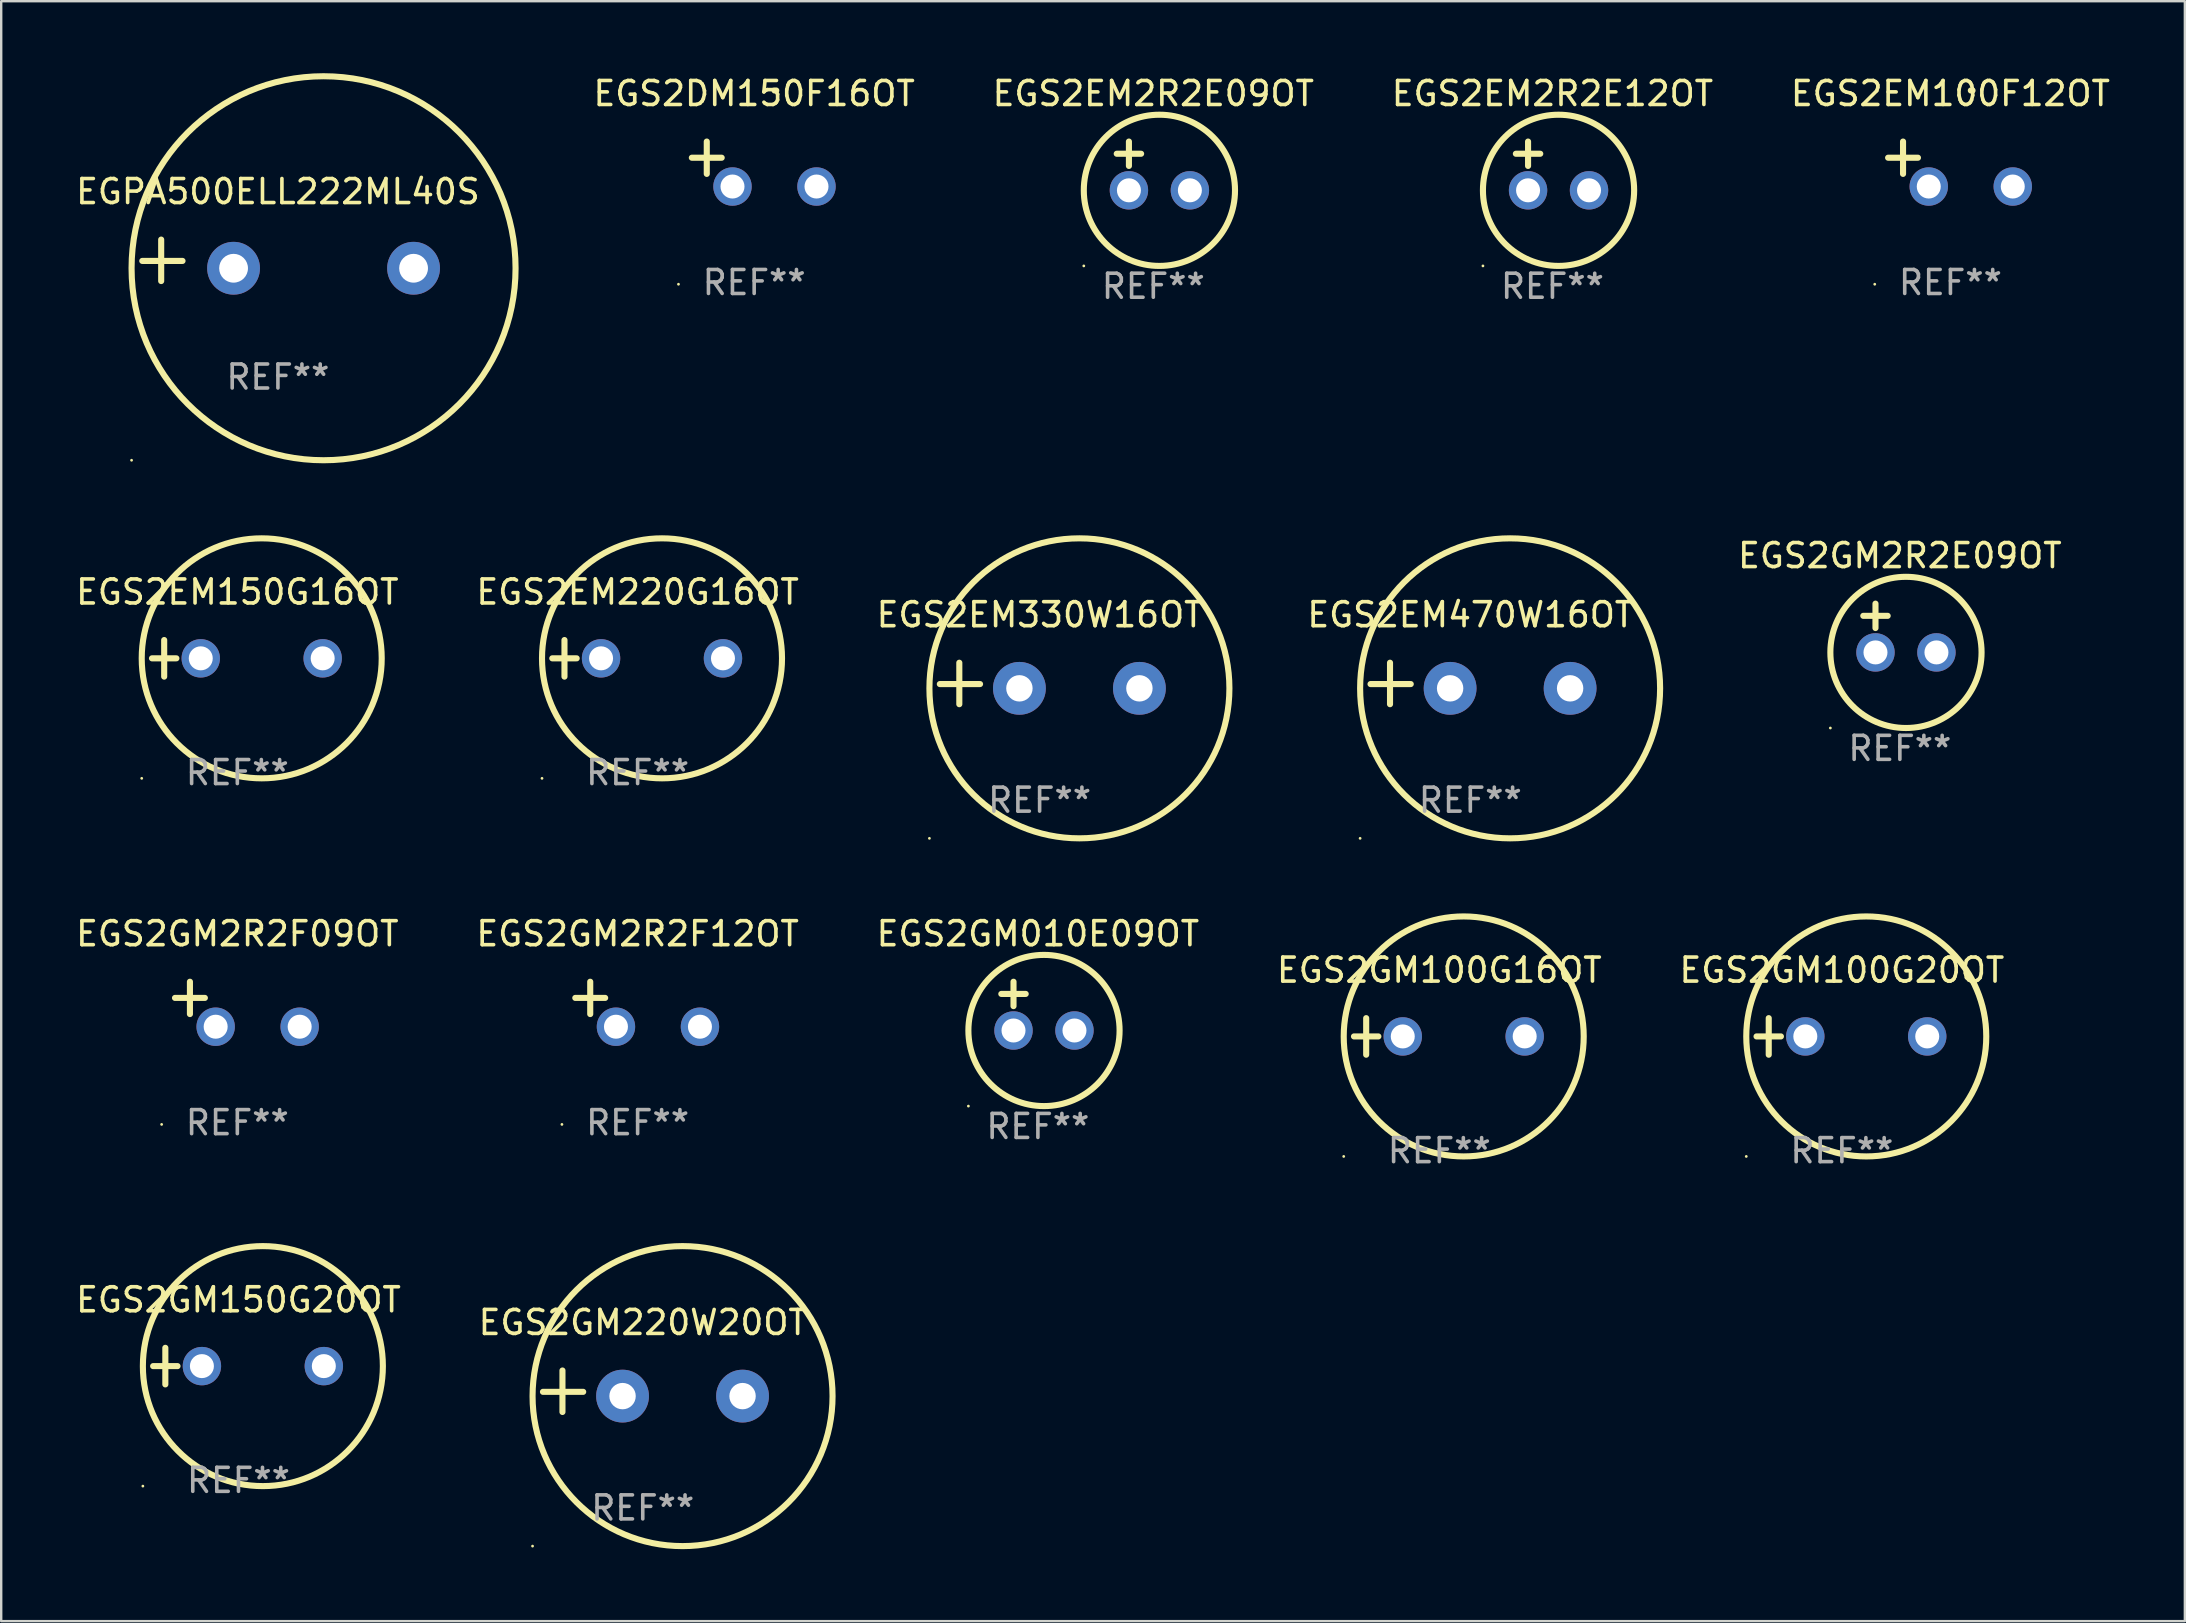
<source format=kicad_pcb>
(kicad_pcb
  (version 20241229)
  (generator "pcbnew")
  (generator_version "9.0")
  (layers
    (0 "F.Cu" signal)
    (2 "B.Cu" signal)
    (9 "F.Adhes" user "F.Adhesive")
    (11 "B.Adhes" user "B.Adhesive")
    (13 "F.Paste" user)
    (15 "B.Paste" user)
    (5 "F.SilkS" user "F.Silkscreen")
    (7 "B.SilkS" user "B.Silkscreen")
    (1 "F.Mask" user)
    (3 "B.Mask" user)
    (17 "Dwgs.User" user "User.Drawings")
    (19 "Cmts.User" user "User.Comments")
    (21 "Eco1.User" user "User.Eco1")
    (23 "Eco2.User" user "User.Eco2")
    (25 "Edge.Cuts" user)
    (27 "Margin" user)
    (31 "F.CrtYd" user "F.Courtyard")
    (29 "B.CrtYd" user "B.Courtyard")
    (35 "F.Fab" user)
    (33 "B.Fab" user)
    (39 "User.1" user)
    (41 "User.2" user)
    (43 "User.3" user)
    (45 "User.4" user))
  (footprint "EGS2GM2R2F09OT"
    (layer "F.Cu")
    (at 6.839 38.793)
    (property "Reference" "EGS2GM2R2F09OT" (at 0 -2.937 0) (layer "F.SilkS") (effects (font (size 1 1) (thickness 0.15))))
    (attr through_hole)
    (fp_line (start -1.975 0.41) (end -1.975 -0.937) (stroke (width 0.254) (type solid)) (layer "F.SilkS"))
    (fp_line (start -1.353 -0.263) (end -2.597 -0.263) (stroke (width 0.254) (type solid)) (layer "F.SilkS"))
    (fp_arc (start 0.849809 -3.063957) (mid 0.885369 -3.064114) (end 0.920929 -3.063957) (stroke (width 0.254001) (type solid)) (layer "F.SilkS"))
    (fp_circle (center -3.154 5.008) (end -3.124 5.008) (stroke (width 0.06) (type solid)) (fill no) (layer "F.SilkS"))
    (fp_text user "REF**" (at 0 4.937 0) (layer "F.Fab") (effects (font (size 1 1) (thickness 0.15))))
    (pad "1" thru_hole circle (at -0.903 0.937) (size 1.6 1.6) (drill 1) (layers "*.Cu" "*.Mask"))
    (pad "2" thru_hole circle (at 2.597 0.937) (size 1.6 1.6) (drill 1) (layers "*.Cu" "*.Mask")))
  (footprint "EGS2GM010E09OT"
    (layer "F.Cu")
    (at 40.196 38.872)
    (property "Reference" "EGS2GM010E09OT" (at 0 -3.016 0) (layer "F.SilkS") (effects (font (size 1 1) (thickness 0.15))))
    (attr through_hole)
    (fp_line (start -1.524 -0.508) (end -0.508 -0.508) (stroke (width 0.254) (type solid)) (layer "F.SilkS"))
    (fp_line (start -1.016 -1.016) (end -1.016 0) (stroke (width 0.254) (type solid)) (layer "F.SilkS"))
    (fp_circle (center -2.896 4.166) (end -2.866 4.166) (stroke (width 0.06) (type solid)) (fill no) (layer "F.SilkS"))
    (fp_circle (center 0.254 1.016) (end 3.404 1.016) (stroke (width 0.254) (type solid)) (fill no) (layer "F.SilkS"))
    (fp_text user "REF**" (at 0 5.016 0) (layer "F.Fab") (effects (font (size 1 1) (thickness 0.15))))
    (pad "1" thru_hole circle (at -1.016 1.016) (size 1.6 1.6) (drill 1) (layers "*.Cu" "*.Mask"))
    (pad "2" thru_hole circle (at 1.524 1.016) (size 1.6 1.6) (drill 1) (layers "*.Cu" "*.Mask")))
  (footprint "EGS2GM2R2E09OT"
    (layer "F.Cu")
    (at 76.112 23.118)
    (property "Reference" "EGS2GM2R2E09OT" (at 0 -3.016 0) (layer "F.SilkS") (effects (font (size 1 1) (thickness 0.15))))
    (attr through_hole)
    (fp_line (start -1.524 -0.508) (end -0.508 -0.508) (stroke (width 0.254) (type solid)) (layer "F.SilkS"))
    (fp_line (start -1.016 -1.016) (end -1.016 0) (stroke (width 0.254) (type solid)) (layer "F.SilkS"))
    (fp_circle (center -2.896 4.166) (end -2.866 4.166) (stroke (width 0.06) (type solid)) (fill no) (layer "F.SilkS"))
    (fp_circle (center 0.254 1.016) (end 3.404 1.016) (stroke (width 0.254) (type solid)) (fill no) (layer "F.SilkS"))
    (fp_text user "REF**" (at 0 5.016 0) (layer "F.Fab") (effects (font (size 1 1) (thickness 0.15))))
    (pad "1" thru_hole circle (at -1.016 1.016) (size 1.6 1.6) (drill 1) (layers "*.Cu" "*.Mask"))
    (pad "2" thru_hole circle (at 1.524 1.016) (size 1.6 1.6) (drill 1) (layers "*.Cu" "*.Mask")))
  (footprint "EGS2EM220G16OT"
    (layer "F.Cu")
    (at 23.518 24.381)
    (property "Reference" "EGS2EM220G16OT" (at 0 -2.762 0) (layer "F.SilkS") (effects (font (size 1 1) (thickness 0.15))))
    (attr through_hole)
    (fp_line (start -3.556 0) (end -2.54 0) (stroke (width 0.254) (type solid)) (layer "F.SilkS"))
    (fp_line (start -3.048 -0.762) (end -3.048 0.762) (stroke (width 0.254) (type solid)) (layer "F.SilkS"))
    (fp_circle (center -3.984 5) (end -3.954 5) (stroke (width 0.06) (type solid)) (fill no) (layer "F.SilkS"))
    (fp_circle (center 1.016 0) (end 6.016 0) (stroke (width 0.254) (type solid)) (fill no) (layer "F.SilkS"))
    (fp_text user "REF**" (at 0 4.762 0) (layer "F.Fab") (effects (font (size 1 1) (thickness 0.15))))
    (pad "1" thru_hole circle (at -1.524 0) (size 1.6 1.6) (drill 1) (layers "*.Cu" "*.Mask"))
    (pad "2" thru_hole circle (at 3.556 0) (size 1.6 1.6) (drill 1) (layers "*.Cu" "*.Mask")))
  (footprint "EGPA500ELL222ML40S"
    (layer "F.Cu")
    (at 8.53 7.797)
    (property "Reference" "EGPA500ELL222ML40S" (at 0 -2.864 0) (layer "F.SilkS") (effects (font (size 1 1) (thickness 0.15))))
    (attr through_hole)
    (fp_line (start -4.864 0.864) (end -4.864 -0.864) (stroke (width 0.254) (type solid)) (layer "F.SilkS"))
    (fp_line (start -3.975 0.025) (end -5.652 0.025) (stroke (width 0.254) (type solid)) (layer "F.SilkS"))
    (fp_circle (center -6.098 8.33) (end -6.068 8.33) (stroke (width 0.06) (type solid)) (fill no) (layer "F.SilkS"))
    (fp_circle (center 1.902 0.33) (end 9.902 0.33) (stroke (width 0.254) (type solid)) (fill no) (layer "F.SilkS"))
    (fp_text user "REF**" (at 0 4.864 0) (layer "F.Fab") (effects (font (size 1 1) (thickness 0.15))))
    (pad "1" thru_hole circle (at -1.848 0.33) (size 2.2 2.2) (drill 1.2) (layers "*.Cu" "*.Mask"))
    (pad "2" thru_hole circle (at 5.652 0.33) (size 2.2 2.2) (drill 1.2) (layers "*.Cu" "*.Mask")))
  (footprint "EGS2GM150G20OT"
    (layer "F.Cu")
    (at 6.887 53.872)
    (property "Reference" "EGS2GM150G20OT" (at 0 -2.762 0) (layer "F.SilkS") (effects (font (size 1 1) (thickness 0.15))))
    (attr through_hole)
    (fp_line (start -3.556 0) (end -2.54 0) (stroke (width 0.254) (type solid)) (layer "F.SilkS"))
    (fp_line (start -3.048 -0.762) (end -3.048 0.762) (stroke (width 0.254) (type solid)) (layer "F.SilkS"))
    (fp_circle (center -3.984 5) (end -3.954 5) (stroke (width 0.06) (type solid)) (fill no) (layer "F.SilkS"))
    (fp_circle (center 1.016 0) (end 6.016 0) (stroke (width 0.254) (type solid)) (fill no) (layer "F.SilkS"))
    (fp_text user "REF**" (at 0 4.762 0) (layer "F.Fab") (effects (font (size 1 1) (thickness 0.15))))
    (pad "1" thru_hole circle (at -1.524 0) (size 1.6 1.6) (drill 1) (layers "*.Cu" "*.Mask"))
    (pad "2" thru_hole circle (at 3.556 0) (size 1.6 1.6) (drill 1) (layers "*.Cu" "*.Mask")))
  (footprint "EGS2GM2R2F12OT"
    (layer "F.Cu")
    (at 23.518 38.793)
    (property "Reference" "EGS2GM2R2F12OT" (at 0 -2.937 0) (layer "F.SilkS") (effects (font (size 1 1) (thickness 0.15))))
    (attr through_hole)
    (fp_line (start -1.975 0.41) (end -1.975 -0.937) (stroke (width 0.254) (type solid)) (layer "F.SilkS"))
    (fp_line (start -1.353 -0.263) (end -2.597 -0.263) (stroke (width 0.254) (type solid)) (layer "F.SilkS"))
    (fp_arc (start 0.849809 -3.063957) (mid 0.885369 -3.064114) (end 0.920929 -3.063957) (stroke (width 0.254001) (type solid)) (layer "F.SilkS"))
    (fp_circle (center -3.154 5.008) (end -3.124 5.008) (stroke (width 0.06) (type solid)) (fill no) (layer "F.SilkS"))
    (fp_text user "REF**" (at 0 4.937 0) (layer "F.Fab") (effects (font (size 1 1) (thickness 0.15))))
    (pad "1" thru_hole circle (at -0.903 0.937) (size 1.6 1.6) (drill 1) (layers "*.Cu" "*.Mask"))
    (pad "2" thru_hole circle (at 2.597 0.937) (size 1.6 1.6) (drill 1) (layers "*.Cu" "*.Mask")))
  (footprint "EGS2DM150F16OT"
    (layer "F.Cu")
    (at 28.374 3.785)
    (property "Reference" "EGS2DM150F16OT" (at 0 -2.937 0) (layer "F.SilkS") (effects (font (size 1 1) (thickness 0.15))))
    (attr through_hole)
    (fp_line (start -1.975 0.41) (end -1.975 -0.937) (stroke (width 0.254) (type solid)) (layer "F.SilkS"))
    (fp_line (start -1.353 -0.263) (end -2.597 -0.263) (stroke (width 0.254) (type solid)) (layer "F.SilkS"))
    (fp_arc (start 0.849809 -3.063957) (mid 0.885369 -3.064114) (end 0.920929 -3.063957) (stroke (width 0.254001) (type solid)) (layer "F.SilkS"))
    (fp_circle (center -3.154 5.008) (end -3.124 5.008) (stroke (width 0.06) (type solid)) (fill no) (layer "F.SilkS"))
    (fp_text user "REF**" (at 0 4.937 0) (layer "F.Fab") (effects (font (size 1 1) (thickness 0.15))))
    (pad "1" thru_hole circle (at -0.903 0.937) (size 1.6 1.6) (drill 1) (layers "*.Cu" "*.Mask"))
    (pad "2" thru_hole circle (at 2.597 0.937) (size 1.6 1.6) (drill 1) (layers "*.Cu" "*.Mask")))
  (footprint "EGS2EM150G16OT"
    (layer "F.Cu")
    (at 6.839 24.381)
    (property "Reference" "EGS2EM150G16OT" (at 0 -2.762 0) (layer "F.SilkS") (effects (font (size 1 1) (thickness 0.15))))
    (attr through_hole)
    (fp_line (start -3.556 0) (end -2.54 0) (stroke (width 0.254) (type solid)) (layer "F.SilkS"))
    (fp_line (start -3.048 -0.762) (end -3.048 0.762) (stroke (width 0.254) (type solid)) (layer "F.SilkS"))
    (fp_circle (center -3.984 5) (end -3.954 5) (stroke (width 0.06) (type solid)) (fill no) (layer "F.SilkS"))
    (fp_circle (center 1.016 0) (end 6.016 0) (stroke (width 0.254) (type solid)) (fill no) (layer "F.SilkS"))
    (fp_text user "REF**" (at 0 4.762 0) (layer "F.Fab") (effects (font (size 1 1) (thickness 0.15))))
    (pad "1" thru_hole circle (at -1.524 0) (size 1.6 1.6) (drill 1) (layers "*.Cu" "*.Mask"))
    (pad "2" thru_hole circle (at 3.556 0) (size 1.6 1.6) (drill 1) (layers "*.Cu" "*.Mask")))
  (footprint "EGS2EM2R2E09OT"
    (layer "F.Cu")
    (at 45.005 3.864)
    (property "Reference" "EGS2EM2R2E09OT" (at 0 -3.016 0) (layer "F.SilkS") (effects (font (size 1 1) (thickness 0.15))))
    (attr through_hole)
    (fp_line (start -1.524 -0.508) (end -0.508 -0.508) (stroke (width 0.254) (type solid)) (layer "F.SilkS"))
    (fp_line (start -1.016 -1.016) (end -1.016 0) (stroke (width 0.254) (type solid)) (layer "F.SilkS"))
    (fp_circle (center -2.896 4.166) (end -2.866 4.166) (stroke (width 0.06) (type solid)) (fill no) (layer "F.SilkS"))
    (fp_circle (center 0.254 1.016) (end 3.404 1.016) (stroke (width 0.254) (type solid)) (fill no) (layer "F.SilkS"))
    (fp_text user "REF**" (at 0 5.016 0) (layer "F.Fab") (effects (font (size 1 1) (thickness 0.15))))
    (pad "1" thru_hole circle (at -1.016 1.016) (size 1.6 1.6) (drill 1) (layers "*.Cu" "*.Mask"))
    (pad "2" thru_hole circle (at 1.524 1.016) (size 1.6 1.6) (drill 1) (layers "*.Cu" "*.Mask")))
  (footprint "EGS2EM100F12OT"
    (layer "F.Cu")
    (at 78.219 3.785)
    (property "Reference" "EGS2EM100F12OT" (at 0 -2.937 0) (layer "F.SilkS") (effects (font (size 1 1) (thickness 0.15))))
    (attr through_hole)
    (fp_line (start -1.975 0.41) (end -1.975 -0.937) (stroke (width 0.254) (type solid)) (layer "F.SilkS"))
    (fp_line (start -1.353 -0.263) (end -2.597 -0.263) (stroke (width 0.254) (type solid)) (layer "F.SilkS"))
    (fp_arc (start 0.849809 -3.063957) (mid 0.885369 -3.064114) (end 0.920929 -3.063957) (stroke (width 0.254001) (type solid)) (layer "F.SilkS"))
    (fp_circle (center -3.154 5.008) (end -3.124 5.008) (stroke (width 0.06) (type solid)) (fill no) (layer "F.SilkS"))
    (fp_text user "REF**" (at 0 4.937 0) (layer "F.Fab") (effects (font (size 1 1) (thickness 0.15))))
    (pad "1" thru_hole circle (at -0.903 0.937) (size 1.6 1.6) (drill 1) (layers "*.Cu" "*.Mask"))
    (pad "2" thru_hole circle (at 2.597 0.937) (size 1.6 1.6) (drill 1) (layers "*.Cu" "*.Mask")))
  (footprint "EGS2EM330W16OT"
    (layer "F.Cu")
    (at 40.268 25.428)
    (property "Reference" "EGS2EM330W16OT" (at 0 -2.864 0) (layer "F.SilkS") (effects (font (size 1 1) (thickness 0.15))))
    (attr through_hole)
    (fp_line (start -3.346 0.864) (end -3.346 -0.864) (stroke (width 0.254) (type solid)) (layer "F.SilkS"))
    (fp_line (start -2.482 0.025) (end -4.158 0.025) (stroke (width 0.254) (type solid)) (layer "F.SilkS"))
    (fp_circle (center -4.592 6.453) (end -4.562 6.453) (stroke (width 0.06) (type solid)) (fill no) (layer "F.SilkS"))
    (fp_circle (center 1.658 0.203) (end 7.908 0.203) (stroke (width 0.254) (type solid)) (fill no) (layer "F.SilkS"))
    (fp_text user "REF**" (at 0 4.864 0) (layer "F.Fab") (effects (font (size 1 1) (thickness 0.15))))
    (pad "1" thru_hole circle (at -0.842 0.203) (size 2.2 2.2) (drill 1.1) (layers "*.Cu" "*.Mask"))
    (pad "2" thru_hole circle (at 4.158 0.203) (size 2.2 2.2) (drill 1.1) (layers "*.Cu" "*.Mask")))
  (footprint "EGS2EM2R2E12OT"
    (layer "F.Cu")
    (at 61.636 3.864)
    (property "Reference" "EGS2EM2R2E12OT" (at 0 -3.016 0) (layer "F.SilkS") (effects (font (size 1 1) (thickness 0.15))))
    (attr through_hole)
    (fp_line (start -1.524 -0.508) (end -0.508 -0.508) (stroke (width 0.254) (type solid)) (layer "F.SilkS"))
    (fp_line (start -1.016 -1.016) (end -1.016 0) (stroke (width 0.254) (type solid)) (layer "F.SilkS"))
    (fp_circle (center -2.896 4.166) (end -2.866 4.166) (stroke (width 0.06) (type solid)) (fill no) (layer "F.SilkS"))
    (fp_circle (center 0.254 1.016) (end 3.404 1.016) (stroke (width 0.254) (type solid)) (fill no) (layer "F.SilkS"))
    (fp_text user "REF**" (at 0 5.016 0) (layer "F.Fab") (effects (font (size 1 1) (thickness 0.15))))
    (pad "1" thru_hole circle (at -1.016 1.016) (size 1.6 1.6) (drill 1) (layers "*.Cu" "*.Mask"))
    (pad "2" thru_hole circle (at 1.524 1.016) (size 1.6 1.6) (drill 1) (layers "*.Cu" "*.Mask")))
  (footprint "EGS2GM100G20OT"
    (layer "F.Cu")
    (at 73.696 40.135)
    (property "Reference" "EGS2GM100G20OT" (at 0 -2.762 0) (layer "F.SilkS") (effects (font (size 1 1) (thickness 0.15))))
    (attr through_hole)
    (fp_line (start -3.556 0) (end -2.54 0) (stroke (width 0.254) (type solid)) (layer "F.SilkS"))
    (fp_line (start -3.048 -0.762) (end -3.048 0.762) (stroke (width 0.254) (type solid)) (layer "F.SilkS"))
    (fp_circle (center -3.984 5) (end -3.954 5) (stroke (width 0.06) (type solid)) (fill no) (layer "F.SilkS"))
    (fp_circle (center 1.016 0) (end 6.016 0) (stroke (width 0.254) (type solid)) (fill no) (layer "F.SilkS"))
    (fp_text user "REF**" (at 0 4.762 0) (layer "F.Fab") (effects (font (size 1 1) (thickness 0.15))))
    (pad "1" thru_hole circle (at -1.524 0) (size 1.6 1.6) (drill 1) (layers "*.Cu" "*.Mask"))
    (pad "2" thru_hole circle (at 3.556 0) (size 1.6 1.6) (drill 1) (layers "*.Cu" "*.Mask")))
  (footprint "EGS2GM100G16OT"
    (layer "F.Cu")
    (at 56.923 40.135)
    (property "Reference" "EGS2GM100G16OT" (at 0 -2.762 0) (layer "F.SilkS") (effects (font (size 1 1) (thickness 0.15))))
    (attr through_hole)
    (fp_line (start -3.556 0) (end -2.54 0) (stroke (width 0.254) (type solid)) (layer "F.SilkS"))
    (fp_line (start -3.048 -0.762) (end -3.048 0.762) (stroke (width 0.254) (type solid)) (layer "F.SilkS"))
    (fp_circle (center -3.984 5) (end -3.954 5) (stroke (width 0.06) (type solid)) (fill no) (layer "F.SilkS"))
    (fp_circle (center 1.016 0) (end 6.016 0) (stroke (width 0.254) (type solid)) (fill no) (layer "F.SilkS"))
    (fp_text user "REF**" (at 0 4.762 0) (layer "F.Fab") (effects (font (size 1 1) (thickness 0.15))))
    (pad "1" thru_hole circle (at -1.524 0) (size 1.6 1.6) (drill 1) (layers "*.Cu" "*.Mask"))
    (pad "2" thru_hole circle (at 3.556 0) (size 1.6 1.6) (drill 1) (layers "*.Cu" "*.Mask")))
  (footprint "EGS2EM470W16OT"
    (layer "F.Cu")
    (at 58.214 25.428)
    (property "Reference" "EGS2EM470W16OT" (at 0 -2.864 0) (layer "F.SilkS") (effects (font (size 1 1) (thickness 0.15))))
    (attr through_hole)
    (fp_line (start -3.346 0.864) (end -3.346 -0.864) (stroke (width 0.254) (type solid)) (layer "F.SilkS"))
    (fp_line (start -2.482 0.025) (end -4.158 0.025) (stroke (width 0.254) (type solid)) (layer "F.SilkS"))
    (fp_circle (center -4.592 6.453) (end -4.562 6.453) (stroke (width 0.06) (type solid)) (fill no) (layer "F.SilkS"))
    (fp_circle (center 1.658 0.203) (end 7.908 0.203) (stroke (width 0.254) (type solid)) (fill no) (layer "F.SilkS"))
    (fp_text user "REF**" (at 0 4.864 0) (layer "F.Fab") (effects (font (size 1 1) (thickness 0.15))))
    (pad "1" thru_hole circle (at -0.842 0.203) (size 2.2 2.2) (drill 1.1) (layers "*.Cu" "*.Mask"))
    (pad "2" thru_hole circle (at 4.158 0.203) (size 2.2 2.2) (drill 1.1) (layers "*.Cu" "*.Mask")))
  (footprint "EGS2GM220W20OT"
    (layer "F.Cu")
    (at 23.732 54.919)
    (property "Reference" "EGS2GM220W20OT" (at 0 -2.864 0) (layer "F.SilkS") (effects (font (size 1 1) (thickness 0.15))))
    (attr through_hole)
    (fp_line (start -3.346 0.864) (end -3.346 -0.864) (stroke (width 0.254) (type solid)) (layer "F.SilkS"))
    (fp_line (start -2.482 0.025) (end -4.158 0.025) (stroke (width 0.254) (type solid)) (layer "F.SilkS"))
    (fp_circle (center -4.592 6.453) (end -4.562 6.453) (stroke (width 0.06) (type solid)) (fill no) (layer "F.SilkS"))
    (fp_circle (center 1.658 0.203) (end 7.908 0.203) (stroke (width 0.254) (type solid)) (fill no) (layer "F.SilkS"))
    (fp_text user "REF**" (at 0 4.864 0) (layer "F.Fab") (effects (font (size 1 1) (thickness 0.15))))
    (pad "1" thru_hole circle (at -0.842 0.203) (size 2.2 2.2) (drill 1.1) (layers "*.Cu" "*.Mask"))
    (pad "2" thru_hole circle (at 4.158 0.203) (size 2.2 2.2) (drill 1.1) (layers "*.Cu" "*.Mask")))
  (gr_rect
    (start -3 -3)
    (end 87.987 64.499)
    (stroke (width 0.1) (type default))
    (fill no)
    (layer "Edge.Cuts")))
</source>
